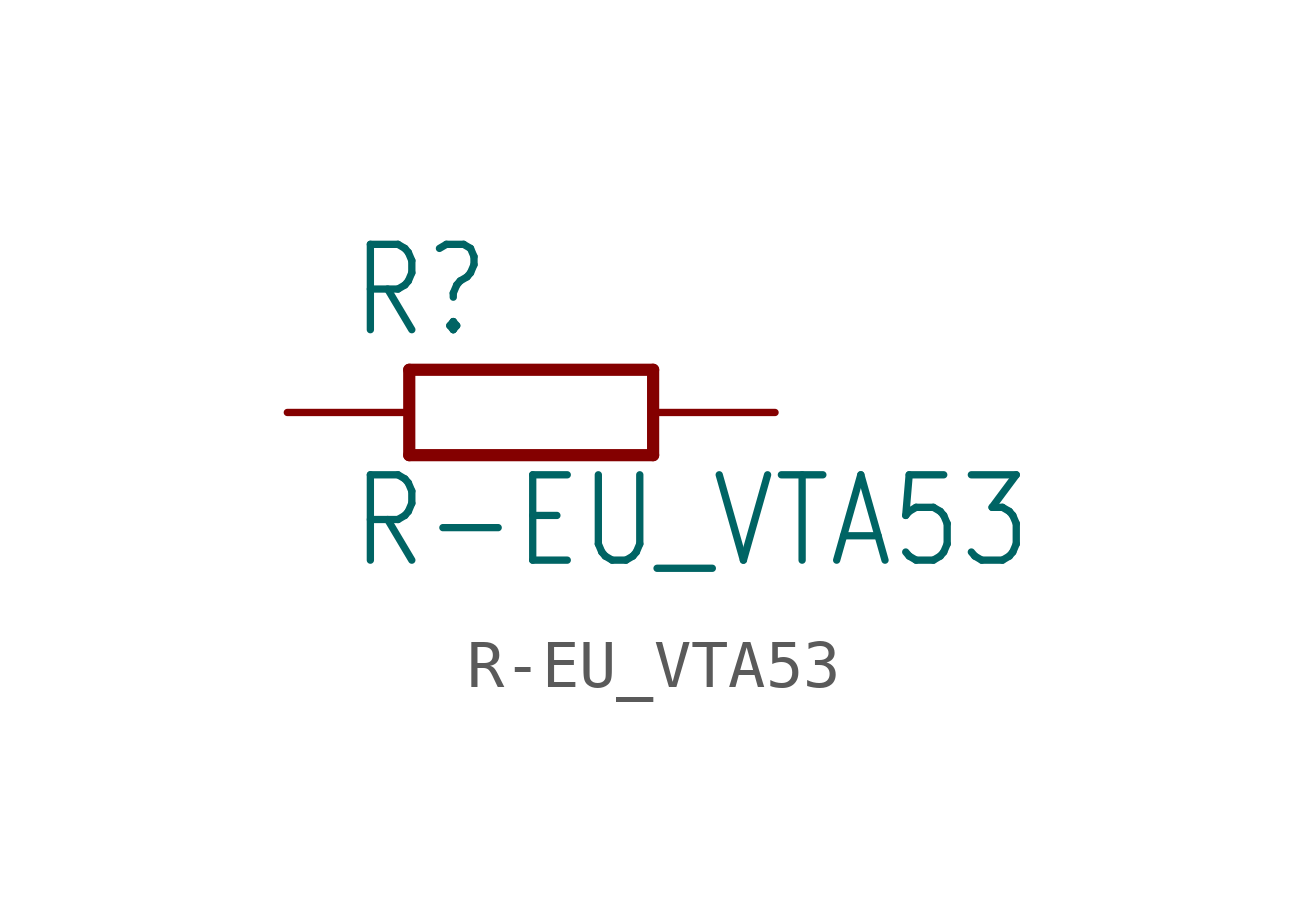
<source format=kicad_sym>
(kicad_symbol_lib
  (version 20220331)
  (generator kicad_symbol_editor)
  (symbol "R-EU_VTA53"
    (property "Reference" "R"
      (at -3.81 1.499 0)
      (effects (font (size 1.778 1.511)) (justify left bottom)))
    (property "Value" "R-EU_VTA53"
      (at -3.81 -3.302 0)
      (effects (font (size 1.778 1.511)) (justify left bottom)))
    (property "ki_locked" ""
      (at 0 0 0)
      (effects (font (size 1.27 1.27))))
    (symbol "R-EU_VTA53_1_0"
      (polyline (pts (xy -2.54 -0.889) (xy -2.54 0.889)) (stroke (width 0.254) (type solid)) (fill (type none)))
      (polyline (pts (xy -2.54 -0.889) (xy 2.54 -0.889)) (stroke (width 0.254) (type solid)) (fill (type none)))
      (polyline (pts (xy 2.54 -0.889) (xy 2.54 0.889)) (stroke (width 0.254) (type solid)) (fill (type none)))
      (polyline (pts (xy 2.54 0.889) (xy -2.54 0.889)) (stroke (width 0.254) (type solid)) (fill (type none)))
      (pin passive line (at -5.08 0 0) (length 2.54) (name "1" (effects (font (size 0 0)))) (number "1" (effects (font (size 0 0)))))
      (pin passive line (at 5.08 0 180) (length 2.54) (name "2" (effects (font (size 0 0)))) (number "2" (effects (font (size 0 0))))))))
</source>
